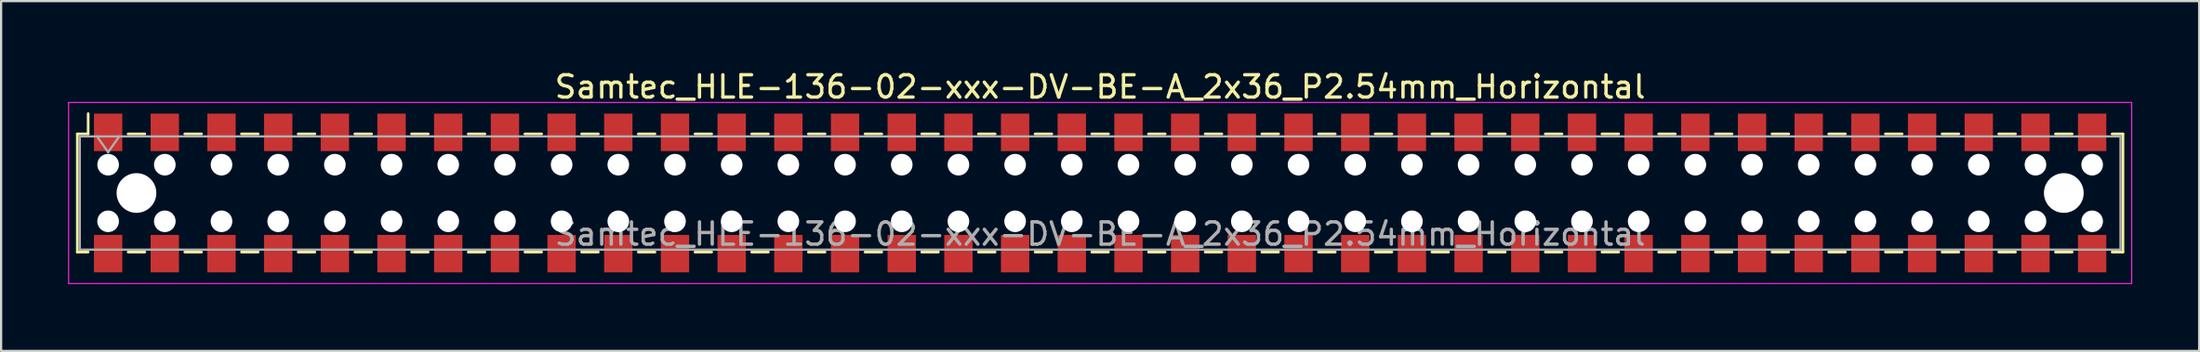
<source format=kicad_pcb>
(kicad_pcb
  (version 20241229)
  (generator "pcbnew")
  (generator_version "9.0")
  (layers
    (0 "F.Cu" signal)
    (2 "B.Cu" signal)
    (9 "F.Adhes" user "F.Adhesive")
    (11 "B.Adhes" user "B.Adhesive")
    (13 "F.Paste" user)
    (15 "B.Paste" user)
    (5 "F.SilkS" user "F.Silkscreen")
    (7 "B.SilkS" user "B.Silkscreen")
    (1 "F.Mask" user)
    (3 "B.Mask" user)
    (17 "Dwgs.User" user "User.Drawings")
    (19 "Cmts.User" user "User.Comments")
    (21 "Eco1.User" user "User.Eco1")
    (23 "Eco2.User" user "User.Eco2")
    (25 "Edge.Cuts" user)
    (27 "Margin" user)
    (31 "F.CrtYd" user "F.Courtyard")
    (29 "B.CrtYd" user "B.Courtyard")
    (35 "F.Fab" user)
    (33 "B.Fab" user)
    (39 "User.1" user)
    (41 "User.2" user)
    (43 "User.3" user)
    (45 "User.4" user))
  (footprint "Samtec_HLE-136-02-xxx-DV-BE-A_2x36_P2.54mm_Horizontal"
    (layer "F.Cu")
    (at 46.245 5.608)
    (property "Reference" "Samtec_HLE-136-02-xxx-DV-BE-A_2x36_P2.54mm_Horizontal" (at 0 -4.76 0) (layer "F.SilkS") (effects (font (size 1 1) (thickness 0.15))))
    (attr smd)
    (fp_line (start -45.83 -2.65) (end -45.83 2.65) (stroke (width 0.12) (type solid)) (layer "F.SilkS"))
    (fp_line (start -45.83 2.65) (end -45.345 2.65) (stroke (width 0.12) (type solid)) (layer "F.SilkS"))
    (fp_line (start -45.345 -3.56) (end -45.345 -2.65) (stroke (width 0.12) (type solid)) (layer "F.SilkS"))
    (fp_line (start -45.345 -2.65) (end -45.83 -2.65) (stroke (width 0.12) (type solid)) (layer "F.SilkS"))
    (fp_line (start -43.555 -2.65) (end -42.805 -2.65) (stroke (width 0.12) (type solid)) (layer "F.SilkS"))
    (fp_line (start -43.555 2.65) (end -42.805 2.65) (stroke (width 0.12) (type solid)) (layer "F.SilkS"))
    (fp_line (start -41.015 -2.65) (end -40.265 -2.65) (stroke (width 0.12) (type solid)) (layer "F.SilkS"))
    (fp_line (start -41.015 2.65) (end -40.265 2.65) (stroke (width 0.12) (type solid)) (layer "F.SilkS"))
    (fp_line (start -38.475 -2.65) (end -37.725 -2.65) (stroke (width 0.12) (type solid)) (layer "F.SilkS"))
    (fp_line (start -38.475 2.65) (end -37.725 2.65) (stroke (width 0.12) (type solid)) (layer "F.SilkS"))
    (fp_line (start -35.935 -2.65) (end -35.185 -2.65) (stroke (width 0.12) (type solid)) (layer "F.SilkS"))
    (fp_line (start -35.935 2.65) (end -35.185 2.65) (stroke (width 0.12) (type solid)) (layer "F.SilkS"))
    (fp_line (start -33.395 -2.65) (end -32.645 -2.65) (stroke (width 0.12) (type solid)) (layer "F.SilkS"))
    (fp_line (start -33.395 2.65) (end -32.645 2.65) (stroke (width 0.12) (type solid)) (layer "F.SilkS"))
    (fp_line (start -30.855 -2.65) (end -30.105 -2.65) (stroke (width 0.12) (type solid)) (layer "F.SilkS"))
    (fp_line (start -30.855 2.65) (end -30.105 2.65) (stroke (width 0.12) (type solid)) (layer "F.SilkS"))
    (fp_line (start -28.315 -2.65) (end -27.565 -2.65) (stroke (width 0.12) (type solid)) (layer "F.SilkS"))
    (fp_line (start -28.315 2.65) (end -27.565 2.65) (stroke (width 0.12) (type solid)) (layer "F.SilkS"))
    (fp_line (start -25.775 -2.65) (end -25.025 -2.65) (stroke (width 0.12) (type solid)) (layer "F.SilkS"))
    (fp_line (start -25.775 2.65) (end -25.025 2.65) (stroke (width 0.12) (type solid)) (layer "F.SilkS"))
    (fp_line (start -23.235 -2.65) (end -22.485 -2.65) (stroke (width 0.12) (type solid)) (layer "F.SilkS"))
    (fp_line (start -23.235 2.65) (end -22.485 2.65) (stroke (width 0.12) (type solid)) (layer "F.SilkS"))
    (fp_line (start -20.695 -2.65) (end -19.945 -2.65) (stroke (width 0.12) (type solid)) (layer "F.SilkS"))
    (fp_line (start -20.695 2.65) (end -19.945 2.65) (stroke (width 0.12) (type solid)) (layer "F.SilkS"))
    (fp_line (start -18.155 -2.65) (end -17.405 -2.65) (stroke (width 0.12) (type solid)) (layer "F.SilkS"))
    (fp_line (start -18.155 2.65) (end -17.405 2.65) (stroke (width 0.12) (type solid)) (layer "F.SilkS"))
    (fp_line (start -15.615 -2.65) (end -14.865 -2.65) (stroke (width 0.12) (type solid)) (layer "F.SilkS"))
    (fp_line (start -15.615 2.65) (end -14.865 2.65) (stroke (width 0.12) (type solid)) (layer "F.SilkS"))
    (fp_line (start -13.075 -2.65) (end -12.325 -2.65) (stroke (width 0.12) (type solid)) (layer "F.SilkS"))
    (fp_line (start -13.075 2.65) (end -12.325 2.65) (stroke (width 0.12) (type solid)) (layer "F.SilkS"))
    (fp_line (start -10.535 -2.65) (end -9.785 -2.65) (stroke (width 0.12) (type solid)) (layer "F.SilkS"))
    (fp_line (start -10.535 2.65) (end -9.785 2.65) (stroke (width 0.12) (type solid)) (layer "F.SilkS"))
    (fp_line (start -7.995 -2.65) (end -7.245 -2.65) (stroke (width 0.12) (type solid)) (layer "F.SilkS"))
    (fp_line (start -7.995 2.65) (end -7.245 2.65) (stroke (width 0.12) (type solid)) (layer "F.SilkS"))
    (fp_line (start -5.455 -2.65) (end -4.705 -2.65) (stroke (width 0.12) (type solid)) (layer "F.SilkS"))
    (fp_line (start -5.455 2.65) (end -4.705 2.65) (stroke (width 0.12) (type solid)) (layer "F.SilkS"))
    (fp_line (start -2.915 -2.65) (end -2.165 -2.65) (stroke (width 0.12) (type solid)) (layer "F.SilkS"))
    (fp_line (start -2.915 2.65) (end -2.165 2.65) (stroke (width 0.12) (type solid)) (layer "F.SilkS"))
    (fp_line (start -0.375 -2.65) (end 0.375 -2.65) (stroke (width 0.12) (type solid)) (layer "F.SilkS"))
    (fp_line (start -0.375 2.65) (end 0.375 2.65) (stroke (width 0.12) (type solid)) (layer "F.SilkS"))
    (fp_line (start 2.165 -2.65) (end 2.915 -2.65) (stroke (width 0.12) (type solid)) (layer "F.SilkS"))
    (fp_line (start 2.165 2.65) (end 2.915 2.65) (stroke (width 0.12) (type solid)) (layer "F.SilkS"))
    (fp_line (start 4.705 -2.65) (end 5.455 -2.65) (stroke (width 0.12) (type solid)) (layer "F.SilkS"))
    (fp_line (start 4.705 2.65) (end 5.455 2.65) (stroke (width 0.12) (type solid)) (layer "F.SilkS"))
    (fp_line (start 7.245 -2.65) (end 7.995 -2.65) (stroke (width 0.12) (type solid)) (layer "F.SilkS"))
    (fp_line (start 7.245 2.65) (end 7.995 2.65) (stroke (width 0.12) (type solid)) (layer "F.SilkS"))
    (fp_line (start 9.785 -2.65) (end 10.535 -2.65) (stroke (width 0.12) (type solid)) (layer "F.SilkS"))
    (fp_line (start 9.785 2.65) (end 10.535 2.65) (stroke (width 0.12) (type solid)) (layer "F.SilkS"))
    (fp_line (start 12.325 -2.65) (end 13.075 -2.65) (stroke (width 0.12) (type solid)) (layer "F.SilkS"))
    (fp_line (start 12.325 2.65) (end 13.075 2.65) (stroke (width 0.12) (type solid)) (layer "F.SilkS"))
    (fp_line (start 14.865 -2.65) (end 15.615 -2.65) (stroke (width 0.12) (type solid)) (layer "F.SilkS"))
    (fp_line (start 14.865 2.65) (end 15.615 2.65) (stroke (width 0.12) (type solid)) (layer "F.SilkS"))
    (fp_line (start 17.405 -2.65) (end 18.155 -2.65) (stroke (width 0.12) (type solid)) (layer "F.SilkS"))
    (fp_line (start 17.405 2.65) (end 18.155 2.65) (stroke (width 0.12) (type solid)) (layer "F.SilkS"))
    (fp_line (start 19.945 -2.65) (end 20.695 -2.65) (stroke (width 0.12) (type solid)) (layer "F.SilkS"))
    (fp_line (start 19.945 2.65) (end 20.695 2.65) (stroke (width 0.12) (type solid)) (layer "F.SilkS"))
    (fp_line (start 22.485 -2.65) (end 23.235 -2.65) (stroke (width 0.12) (type solid)) (layer "F.SilkS"))
    (fp_line (start 22.485 2.65) (end 23.235 2.65) (stroke (width 0.12) (type solid)) (layer "F.SilkS"))
    (fp_line (start 25.025 -2.65) (end 25.775 -2.65) (stroke (width 0.12) (type solid)) (layer "F.SilkS"))
    (fp_line (start 25.025 2.65) (end 25.775 2.65) (stroke (width 0.12) (type solid)) (layer "F.SilkS"))
    (fp_line (start 27.565 -2.65) (end 28.315 -2.65) (stroke (width 0.12) (type solid)) (layer "F.SilkS"))
    (fp_line (start 27.565 2.65) (end 28.315 2.65) (stroke (width 0.12) (type solid)) (layer "F.SilkS"))
    (fp_line (start 30.105 -2.65) (end 30.855 -2.65) (stroke (width 0.12) (type solid)) (layer "F.SilkS"))
    (fp_line (start 30.105 2.65) (end 30.855 2.65) (stroke (width 0.12) (type solid)) (layer "F.SilkS"))
    (fp_line (start 32.645 -2.65) (end 33.395 -2.65) (stroke (width 0.12) (type solid)) (layer "F.SilkS"))
    (fp_line (start 32.645 2.65) (end 33.395 2.65) (stroke (width 0.12) (type solid)) (layer "F.SilkS"))
    (fp_line (start 35.185 -2.65) (end 35.935 -2.65) (stroke (width 0.12) (type solid)) (layer "F.SilkS"))
    (fp_line (start 35.185 2.65) (end 35.935 2.65) (stroke (width 0.12) (type solid)) (layer "F.SilkS"))
    (fp_line (start 37.725 -2.65) (end 38.475 -2.65) (stroke (width 0.12) (type solid)) (layer "F.SilkS"))
    (fp_line (start 37.725 2.65) (end 38.475 2.65) (stroke (width 0.12) (type solid)) (layer "F.SilkS"))
    (fp_line (start 40.265 -2.65) (end 41.015 -2.65) (stroke (width 0.12) (type solid)) (layer "F.SilkS"))
    (fp_line (start 40.265 2.65) (end 41.015 2.65) (stroke (width 0.12) (type solid)) (layer "F.SilkS"))
    (fp_line (start 42.805 -2.65) (end 43.555 -2.65) (stroke (width 0.12) (type solid)) (layer "F.SilkS"))
    (fp_line (start 42.805 2.65) (end 43.555 2.65) (stroke (width 0.12) (type solid)) (layer "F.SilkS"))
    (fp_line (start 45.345 -2.65) (end 45.83 -2.65) (stroke (width 0.12) (type solid)) (layer "F.SilkS"))
    (fp_line (start 45.83 -2.65) (end 45.83 2.65) (stroke (width 0.12) (type solid)) (layer "F.SilkS"))
    (fp_line (start 45.83 2.65) (end 45.345 2.65) (stroke (width 0.12) (type solid)) (layer "F.SilkS"))
    (fp_line (start -46.22 -4.06) (end 46.22 -4.06) (stroke (width 0.05) (type solid)) (layer "F.CrtYd"))
    (fp_line (start -46.22 4.06) (end -46.22 -4.06) (stroke (width 0.05) (type solid)) (layer "F.CrtYd"))
    (fp_line (start 46.22 -4.06) (end 46.22 4.06) (stroke (width 0.05) (type solid)) (layer "F.CrtYd"))
    (fp_line (start 46.22 4.06) (end -46.22 4.06) (stroke (width 0.05) (type solid)) (layer "F.CrtYd"))
    (fp_line (start -45.72 -2.54) (end 45.72 -2.54) (stroke (width 0.1) (type solid)) (layer "F.Fab"))
    (fp_line (start -45.72 2.54) (end -45.72 -2.54) (stroke (width 0.1) (type solid)) (layer "F.Fab"))
    (fp_line (start -44.95 -2.54) (end -44.45 -1.833) (stroke (width 0.1) (type solid)) (layer "F.Fab"))
    (fp_line (start -44.45 -1.833) (end -43.95 -2.54) (stroke (width 0.1) (type solid)) (layer "F.Fab"))
    (fp_line (start 45.72 -2.54) (end 45.72 2.54) (stroke (width 0.1) (type solid)) (layer "F.Fab"))
    (fp_line (start 45.72 2.54) (end -45.72 2.54) (stroke (width 0.1) (type solid)) (layer "F.Fab"))
    (fp_text user "${REFERENCE}" (at 0 1.84 0) (layer "F.Fab") (effects (font (size 1 1) (thickness 0.15))))
    (pad "" np_thru_hole circle (at -44.45 -1.27) (size 0.97 0.97) (drill 0.97) (layers "*.Cu" "*.Mask"))
    (pad "" np_thru_hole circle (at -44.45 1.27) (size 0.97 0.97) (drill 0.97) (layers "*.Cu" "*.Mask"))
    (pad "" np_thru_hole circle (at -43.18 0) (size 1.78 1.78) (drill 1.78) (layers "*.Cu" "*.Mask"))
    (pad "" np_thru_hole circle (at -41.91 -1.27) (size 0.97 0.97) (drill 0.97) (layers "*.Cu" "*.Mask"))
    (pad "" np_thru_hole circle (at -41.91 1.27) (size 0.97 0.97) (drill 0.97) (layers "*.Cu" "*.Mask"))
    (pad "" np_thru_hole circle (at -39.37 -1.27) (size 0.97 0.97) (drill 0.97) (layers "*.Cu" "*.Mask"))
    (pad "" np_thru_hole circle (at -39.37 1.27) (size 0.97 0.97) (drill 0.97) (layers "*.Cu" "*.Mask"))
    (pad "" np_thru_hole circle (at -36.83 -1.27) (size 0.97 0.97) (drill 0.97) (layers "*.Cu" "*.Mask"))
    (pad "" np_thru_hole circle (at -36.83 1.27) (size 0.97 0.97) (drill 0.97) (layers "*.Cu" "*.Mask"))
    (pad "" np_thru_hole circle (at -34.29 -1.27) (size 0.97 0.97) (drill 0.97) (layers "*.Cu" "*.Mask"))
    (pad "" np_thru_hole circle (at -34.29 1.27) (size 0.97 0.97) (drill 0.97) (layers "*.Cu" "*.Mask"))
    (pad "" np_thru_hole circle (at -31.75 -1.27) (size 0.97 0.97) (drill 0.97) (layers "*.Cu" "*.Mask"))
    (pad "" np_thru_hole circle (at -31.75 1.27) (size 0.97 0.97) (drill 0.97) (layers "*.Cu" "*.Mask"))
    (pad "" np_thru_hole circle (at -29.21 -1.27) (size 0.97 0.97) (drill 0.97) (layers "*.Cu" "*.Mask"))
    (pad "" np_thru_hole circle (at -29.21 1.27) (size 0.97 0.97) (drill 0.97) (layers "*.Cu" "*.Mask"))
    (pad "" np_thru_hole circle (at -26.67 -1.27) (size 0.97 0.97) (drill 0.97) (layers "*.Cu" "*.Mask"))
    (pad "" np_thru_hole circle (at -26.67 1.27) (size 0.97 0.97) (drill 0.97) (layers "*.Cu" "*.Mask"))
    (pad "" np_thru_hole circle (at -24.13 -1.27) (size 0.97 0.97) (drill 0.97) (layers "*.Cu" "*.Mask"))
    (pad "" np_thru_hole circle (at -24.13 1.27) (size 0.97 0.97) (drill 0.97) (layers "*.Cu" "*.Mask"))
    (pad "" np_thru_hole circle (at -21.59 -1.27) (size 0.97 0.97) (drill 0.97) (layers "*.Cu" "*.Mask"))
    (pad "" np_thru_hole circle (at -21.59 1.27) (size 0.97 0.97) (drill 0.97) (layers "*.Cu" "*.Mask"))
    (pad "" np_thru_hole circle (at -19.05 -1.27) (size 0.97 0.97) (drill 0.97) (layers "*.Cu" "*.Mask"))
    (pad "" np_thru_hole circle (at -19.05 1.27) (size 0.97 0.97) (drill 0.97) (layers "*.Cu" "*.Mask"))
    (pad "" np_thru_hole circle (at -16.51 -1.27) (size 0.97 0.97) (drill 0.97) (layers "*.Cu" "*.Mask"))
    (pad "" np_thru_hole circle (at -16.51 1.27) (size 0.97 0.97) (drill 0.97) (layers "*.Cu" "*.Mask"))
    (pad "" np_thru_hole circle (at -13.97 -1.27) (size 0.97 0.97) (drill 0.97) (layers "*.Cu" "*.Mask"))
    (pad "" np_thru_hole circle (at -13.97 1.27) (size 0.97 0.97) (drill 0.97) (layers "*.Cu" "*.Mask"))
    (pad "" np_thru_hole circle (at -11.43 -1.27) (size 0.97 0.97) (drill 0.97) (layers "*.Cu" "*.Mask"))
    (pad "" np_thru_hole circle (at -11.43 1.27) (size 0.97 0.97) (drill 0.97) (layers "*.Cu" "*.Mask"))
    (pad "" np_thru_hole circle (at -8.89 -1.27) (size 0.97 0.97) (drill 0.97) (layers "*.Cu" "*.Mask"))
    (pad "" np_thru_hole circle (at -8.89 1.27) (size 0.97 0.97) (drill 0.97) (layers "*.Cu" "*.Mask"))
    (pad "" np_thru_hole circle (at -6.35 -1.27) (size 0.97 0.97) (drill 0.97) (layers "*.Cu" "*.Mask"))
    (pad "" np_thru_hole circle (at -6.35 1.27) (size 0.97 0.97) (drill 0.97) (layers "*.Cu" "*.Mask"))
    (pad "" np_thru_hole circle (at -3.81 -1.27) (size 0.97 0.97) (drill 0.97) (layers "*.Cu" "*.Mask"))
    (pad "" np_thru_hole circle (at -3.81 1.27) (size 0.97 0.97) (drill 0.97) (layers "*.Cu" "*.Mask"))
    (pad "" np_thru_hole circle (at -1.27 -1.27) (size 0.97 0.97) (drill 0.97) (layers "*.Cu" "*.Mask"))
    (pad "" np_thru_hole circle (at -1.27 1.27) (size 0.97 0.97) (drill 0.97) (layers "*.Cu" "*.Mask"))
    (pad "" np_thru_hole circle (at 1.27 -1.27) (size 0.97 0.97) (drill 0.97) (layers "*.Cu" "*.Mask"))
    (pad "" np_thru_hole circle (at 1.27 1.27) (size 0.97 0.97) (drill 0.97) (layers "*.Cu" "*.Mask"))
    (pad "" np_thru_hole circle (at 3.81 -1.27) (size 0.97 0.97) (drill 0.97) (layers "*.Cu" "*.Mask"))
    (pad "" np_thru_hole circle (at 3.81 1.27) (size 0.97 0.97) (drill 0.97) (layers "*.Cu" "*.Mask"))
    (pad "" np_thru_hole circle (at 6.35 -1.27) (size 0.97 0.97) (drill 0.97) (layers "*.Cu" "*.Mask"))
    (pad "" np_thru_hole circle (at 6.35 1.27) (size 0.97 0.97) (drill 0.97) (layers "*.Cu" "*.Mask"))
    (pad "" np_thru_hole circle (at 8.89 -1.27) (size 0.97 0.97) (drill 0.97) (layers "*.Cu" "*.Mask"))
    (pad "" np_thru_hole circle (at 8.89 1.27) (size 0.97 0.97) (drill 0.97) (layers "*.Cu" "*.Mask"))
    (pad "" np_thru_hole circle (at 11.43 -1.27) (size 0.97 0.97) (drill 0.97) (layers "*.Cu" "*.Mask"))
    (pad "" np_thru_hole circle (at 11.43 1.27) (size 0.97 0.97) (drill 0.97) (layers "*.Cu" "*.Mask"))
    (pad "" np_thru_hole circle (at 13.97 -1.27) (size 0.97 0.97) (drill 0.97) (layers "*.Cu" "*.Mask"))
    (pad "" np_thru_hole circle (at 13.97 1.27) (size 0.97 0.97) (drill 0.97) (layers "*.Cu" "*.Mask"))
    (pad "" np_thru_hole circle (at 16.51 -1.27) (size 0.97 0.97) (drill 0.97) (layers "*.Cu" "*.Mask"))
    (pad "" np_thru_hole circle (at 16.51 1.27) (size 0.97 0.97) (drill 0.97) (layers "*.Cu" "*.Mask"))
    (pad "" np_thru_hole circle (at 19.05 -1.27) (size 0.97 0.97) (drill 0.97) (layers "*.Cu" "*.Mask"))
    (pad "" np_thru_hole circle (at 19.05 1.27) (size 0.97 0.97) (drill 0.97) (layers "*.Cu" "*.Mask"))
    (pad "" np_thru_hole circle (at 21.59 -1.27) (size 0.97 0.97) (drill 0.97) (layers "*.Cu" "*.Mask"))
    (pad "" np_thru_hole circle (at 21.59 1.27) (size 0.97 0.97) (drill 0.97) (layers "*.Cu" "*.Mask"))
    (pad "" np_thru_hole circle (at 24.13 -1.27) (size 0.97 0.97) (drill 0.97) (layers "*.Cu" "*.Mask"))
    (pad "" np_thru_hole circle (at 24.13 1.27) (size 0.97 0.97) (drill 0.97) (layers "*.Cu" "*.Mask"))
    (pad "" np_thru_hole circle (at 26.67 -1.27) (size 0.97 0.97) (drill 0.97) (layers "*.Cu" "*.Mask"))
    (pad "" np_thru_hole circle (at 26.67 1.27) (size 0.97 0.97) (drill 0.97) (layers "*.Cu" "*.Mask"))
    (pad "" np_thru_hole circle (at 29.21 -1.27) (size 0.97 0.97) (drill 0.97) (layers "*.Cu" "*.Mask"))
    (pad "" np_thru_hole circle (at 29.21 1.27) (size 0.97 0.97) (drill 0.97) (layers "*.Cu" "*.Mask"))
    (pad "" np_thru_hole circle (at 31.75 -1.27) (size 0.97 0.97) (drill 0.97) (layers "*.Cu" "*.Mask"))
    (pad "" np_thru_hole circle (at 31.75 1.27) (size 0.97 0.97) (drill 0.97) (layers "*.Cu" "*.Mask"))
    (pad "" np_thru_hole circle (at 34.29 -1.27) (size 0.97 0.97) (drill 0.97) (layers "*.Cu" "*.Mask"))
    (pad "" np_thru_hole circle (at 34.29 1.27) (size 0.97 0.97) (drill 0.97) (layers "*.Cu" "*.Mask"))
    (pad "" np_thru_hole circle (at 36.83 -1.27) (size 0.97 0.97) (drill 0.97) (layers "*.Cu" "*.Mask"))
    (pad "" np_thru_hole circle (at 36.83 1.27) (size 0.97 0.97) (drill 0.97) (layers "*.Cu" "*.Mask"))
    (pad "" np_thru_hole circle (at 39.37 -1.27) (size 0.97 0.97) (drill 0.97) (layers "*.Cu" "*.Mask"))
    (pad "" np_thru_hole circle (at 39.37 1.27) (size 0.97 0.97) (drill 0.97) (layers "*.Cu" "*.Mask"))
    (pad "" np_thru_hole circle (at 41.91 -1.27) (size 0.97 0.97) (drill 0.97) (layers "*.Cu" "*.Mask"))
    (pad "" np_thru_hole circle (at 41.91 1.27) (size 0.97 0.97) (drill 0.97) (layers "*.Cu" "*.Mask"))
    (pad "" np_thru_hole circle (at 43.18 0) (size 1.78 1.78) (drill 1.78) (layers "*.Cu" "*.Mask"))
    (pad "" np_thru_hole circle (at 44.45 -1.27) (size 0.97 0.97) (drill 0.97) (layers "*.Cu" "*.Mask"))
    (pad "" np_thru_hole circle (at 44.45 1.27) (size 0.97 0.97) (drill 0.97) (layers "*.Cu" "*.Mask"))
    (pad "1" smd rect (at -44.45 -2.72) (size 1.27 1.68) (layers "F.Cu" "F.Mask" "F.Paste"))
    (pad "2" smd rect (at -44.45 2.72) (size 1.27 1.68) (layers "F.Cu" "F.Mask" "F.Paste"))
    (pad "3" smd rect (at -41.91 -2.72) (size 1.27 1.68) (layers "F.Cu" "F.Mask" "F.Paste"))
    (pad "4" smd rect (at -41.91 2.72) (size 1.27 1.68) (layers "F.Cu" "F.Mask" "F.Paste"))
    (pad "5" smd rect (at -39.37 -2.72) (size 1.27 1.68) (layers "F.Cu" "F.Mask" "F.Paste"))
    (pad "6" smd rect (at -39.37 2.72) (size 1.27 1.68) (layers "F.Cu" "F.Mask" "F.Paste"))
    (pad "7" smd rect (at -36.83 -2.72) (size 1.27 1.68) (layers "F.Cu" "F.Mask" "F.Paste"))
    (pad "8" smd rect (at -36.83 2.72) (size 1.27 1.68) (layers "F.Cu" "F.Mask" "F.Paste"))
    (pad "9" smd rect (at -34.29 -2.72) (size 1.27 1.68) (layers "F.Cu" "F.Mask" "F.Paste"))
    (pad "10" smd rect (at -34.29 2.72) (size 1.27 1.68) (layers "F.Cu" "F.Mask" "F.Paste"))
    (pad "11" smd rect (at -31.75 -2.72) (size 1.27 1.68) (layers "F.Cu" "F.Mask" "F.Paste"))
    (pad "12" smd rect (at -31.75 2.72) (size 1.27 1.68) (layers "F.Cu" "F.Mask" "F.Paste"))
    (pad "13" smd rect (at -29.21 -2.72) (size 1.27 1.68) (layers "F.Cu" "F.Mask" "F.Paste"))
    (pad "14" smd rect (at -29.21 2.72) (size 1.27 1.68) (layers "F.Cu" "F.Mask" "F.Paste"))
    (pad "15" smd rect (at -26.67 -2.72) (size 1.27 1.68) (layers "F.Cu" "F.Mask" "F.Paste"))
    (pad "16" smd rect (at -26.67 2.72) (size 1.27 1.68) (layers "F.Cu" "F.Mask" "F.Paste"))
    (pad "17" smd rect (at -24.13 -2.72) (size 1.27 1.68) (layers "F.Cu" "F.Mask" "F.Paste"))
    (pad "18" smd rect (at -24.13 2.72) (size 1.27 1.68) (layers "F.Cu" "F.Mask" "F.Paste"))
    (pad "19" smd rect (at -21.59 -2.72) (size 1.27 1.68) (layers "F.Cu" "F.Mask" "F.Paste"))
    (pad "20" smd rect (at -21.59 2.72) (size 1.27 1.68) (layers "F.Cu" "F.Mask" "F.Paste"))
    (pad "21" smd rect (at -19.05 -2.72) (size 1.27 1.68) (layers "F.Cu" "F.Mask" "F.Paste"))
    (pad "22" smd rect (at -19.05 2.72) (size 1.27 1.68) (layers "F.Cu" "F.Mask" "F.Paste"))
    (pad "23" smd rect (at -16.51 -2.72) (size 1.27 1.68) (layers "F.Cu" "F.Mask" "F.Paste"))
    (pad "24" smd rect (at -16.51 2.72) (size 1.27 1.68) (layers "F.Cu" "F.Mask" "F.Paste"))
    (pad "25" smd rect (at -13.97 -2.72) (size 1.27 1.68) (layers "F.Cu" "F.Mask" "F.Paste"))
    (pad "26" smd rect (at -13.97 2.72) (size 1.27 1.68) (layers "F.Cu" "F.Mask" "F.Paste"))
    (pad "27" smd rect (at -11.43 -2.72) (size 1.27 1.68) (layers "F.Cu" "F.Mask" "F.Paste"))
    (pad "28" smd rect (at -11.43 2.72) (size 1.27 1.68) (layers "F.Cu" "F.Mask" "F.Paste"))
    (pad "29" smd rect (at -8.89 -2.72) (size 1.27 1.68) (layers "F.Cu" "F.Mask" "F.Paste"))
    (pad "30" smd rect (at -8.89 2.72) (size 1.27 1.68) (layers "F.Cu" "F.Mask" "F.Paste"))
    (pad "31" smd rect (at -6.35 -2.72) (size 1.27 1.68) (layers "F.Cu" "F.Mask" "F.Paste"))
    (pad "32" smd rect (at -6.35 2.72) (size 1.27 1.68) (layers "F.Cu" "F.Mask" "F.Paste"))
    (pad "33" smd rect (at -3.81 -2.72) (size 1.27 1.68) (layers "F.Cu" "F.Mask" "F.Paste"))
    (pad "34" smd rect (at -3.81 2.72) (size 1.27 1.68) (layers "F.Cu" "F.Mask" "F.Paste"))
    (pad "35" smd rect (at -1.27 -2.72) (size 1.27 1.68) (layers "F.Cu" "F.Mask" "F.Paste"))
    (pad "36" smd rect (at -1.27 2.72) (size 1.27 1.68) (layers "F.Cu" "F.Mask" "F.Paste"))
    (pad "37" smd rect (at 1.27 -2.72) (size 1.27 1.68) (layers "F.Cu" "F.Mask" "F.Paste"))
    (pad "38" smd rect (at 1.27 2.72) (size 1.27 1.68) (layers "F.Cu" "F.Mask" "F.Paste"))
    (pad "39" smd rect (at 3.81 -2.72) (size 1.27 1.68) (layers "F.Cu" "F.Mask" "F.Paste"))
    (pad "40" smd rect (at 3.81 2.72) (size 1.27 1.68) (layers "F.Cu" "F.Mask" "F.Paste"))
    (pad "41" smd rect (at 6.35 -2.72) (size 1.27 1.68) (layers "F.Cu" "F.Mask" "F.Paste"))
    (pad "42" smd rect (at 6.35 2.72) (size 1.27 1.68) (layers "F.Cu" "F.Mask" "F.Paste"))
    (pad "43" smd rect (at 8.89 -2.72) (size 1.27 1.68) (layers "F.Cu" "F.Mask" "F.Paste"))
    (pad "44" smd rect (at 8.89 2.72) (size 1.27 1.68) (layers "F.Cu" "F.Mask" "F.Paste"))
    (pad "45" smd rect (at 11.43 -2.72) (size 1.27 1.68) (layers "F.Cu" "F.Mask" "F.Paste"))
    (pad "46" smd rect (at 11.43 2.72) (size 1.27 1.68) (layers "F.Cu" "F.Mask" "F.Paste"))
    (pad "47" smd rect (at 13.97 -2.72) (size 1.27 1.68) (layers "F.Cu" "F.Mask" "F.Paste"))
    (pad "48" smd rect (at 13.97 2.72) (size 1.27 1.68) (layers "F.Cu" "F.Mask" "F.Paste"))
    (pad "49" smd rect (at 16.51 -2.72) (size 1.27 1.68) (layers "F.Cu" "F.Mask" "F.Paste"))
    (pad "50" smd rect (at 16.51 2.72) (size 1.27 1.68) (layers "F.Cu" "F.Mask" "F.Paste"))
    (pad "51" smd rect (at 19.05 -2.72) (size 1.27 1.68) (layers "F.Cu" "F.Mask" "F.Paste"))
    (pad "52" smd rect (at 19.05 2.72) (size 1.27 1.68) (layers "F.Cu" "F.Mask" "F.Paste"))
    (pad "53" smd rect (at 21.59 -2.72) (size 1.27 1.68) (layers "F.Cu" "F.Mask" "F.Paste"))
    (pad "54" smd rect (at 21.59 2.72) (size 1.27 1.68) (layers "F.Cu" "F.Mask" "F.Paste"))
    (pad "55" smd rect (at 24.13 -2.72) (size 1.27 1.68) (layers "F.Cu" "F.Mask" "F.Paste"))
    (pad "56" smd rect (at 24.13 2.72) (size 1.27 1.68) (layers "F.Cu" "F.Mask" "F.Paste"))
    (pad "57" smd rect (at 26.67 -2.72) (size 1.27 1.68) (layers "F.Cu" "F.Mask" "F.Paste"))
    (pad "58" smd rect (at 26.67 2.72) (size 1.27 1.68) (layers "F.Cu" "F.Mask" "F.Paste"))
    (pad "59" smd rect (at 29.21 -2.72) (size 1.27 1.68) (layers "F.Cu" "F.Mask" "F.Paste"))
    (pad "60" smd rect (at 29.21 2.72) (size 1.27 1.68) (layers "F.Cu" "F.Mask" "F.Paste"))
    (pad "61" smd rect (at 31.75 -2.72) (size 1.27 1.68) (layers "F.Cu" "F.Mask" "F.Paste"))
    (pad "62" smd rect (at 31.75 2.72) (size 1.27 1.68) (layers "F.Cu" "F.Mask" "F.Paste"))
    (pad "63" smd rect (at 34.29 -2.72) (size 1.27 1.68) (layers "F.Cu" "F.Mask" "F.Paste"))
    (pad "64" smd rect (at 34.29 2.72) (size 1.27 1.68) (layers "F.Cu" "F.Mask" "F.Paste"))
    (pad "65" smd rect (at 36.83 -2.72) (size 1.27 1.68) (layers "F.Cu" "F.Mask" "F.Paste"))
    (pad "66" smd rect (at 36.83 2.72) (size 1.27 1.68) (layers "F.Cu" "F.Mask" "F.Paste"))
    (pad "67" smd rect (at 39.37 -2.72) (size 1.27 1.68) (layers "F.Cu" "F.Mask" "F.Paste"))
    (pad "68" smd rect (at 39.37 2.72) (size 1.27 1.68) (layers "F.Cu" "F.Mask" "F.Paste"))
    (pad "69" smd rect (at 41.91 -2.72) (size 1.27 1.68) (layers "F.Cu" "F.Mask" "F.Paste"))
    (pad "70" smd rect (at 41.91 2.72) (size 1.27 1.68) (layers "F.Cu" "F.Mask" "F.Paste"))
    (pad "71" smd rect (at 44.45 -2.72) (size 1.27 1.68) (layers "F.Cu" "F.Mask" "F.Paste"))
    (pad "72" smd rect (at 44.45 2.72) (size 1.27 1.68) (layers "F.Cu" "F.Mask" "F.Paste")))
  (gr_rect
    (start -3 -3)
    (end 95.49 12.693)
    (stroke (width 0.1) (type default))
    (fill no)
    (layer "Edge.Cuts")))
</source>
